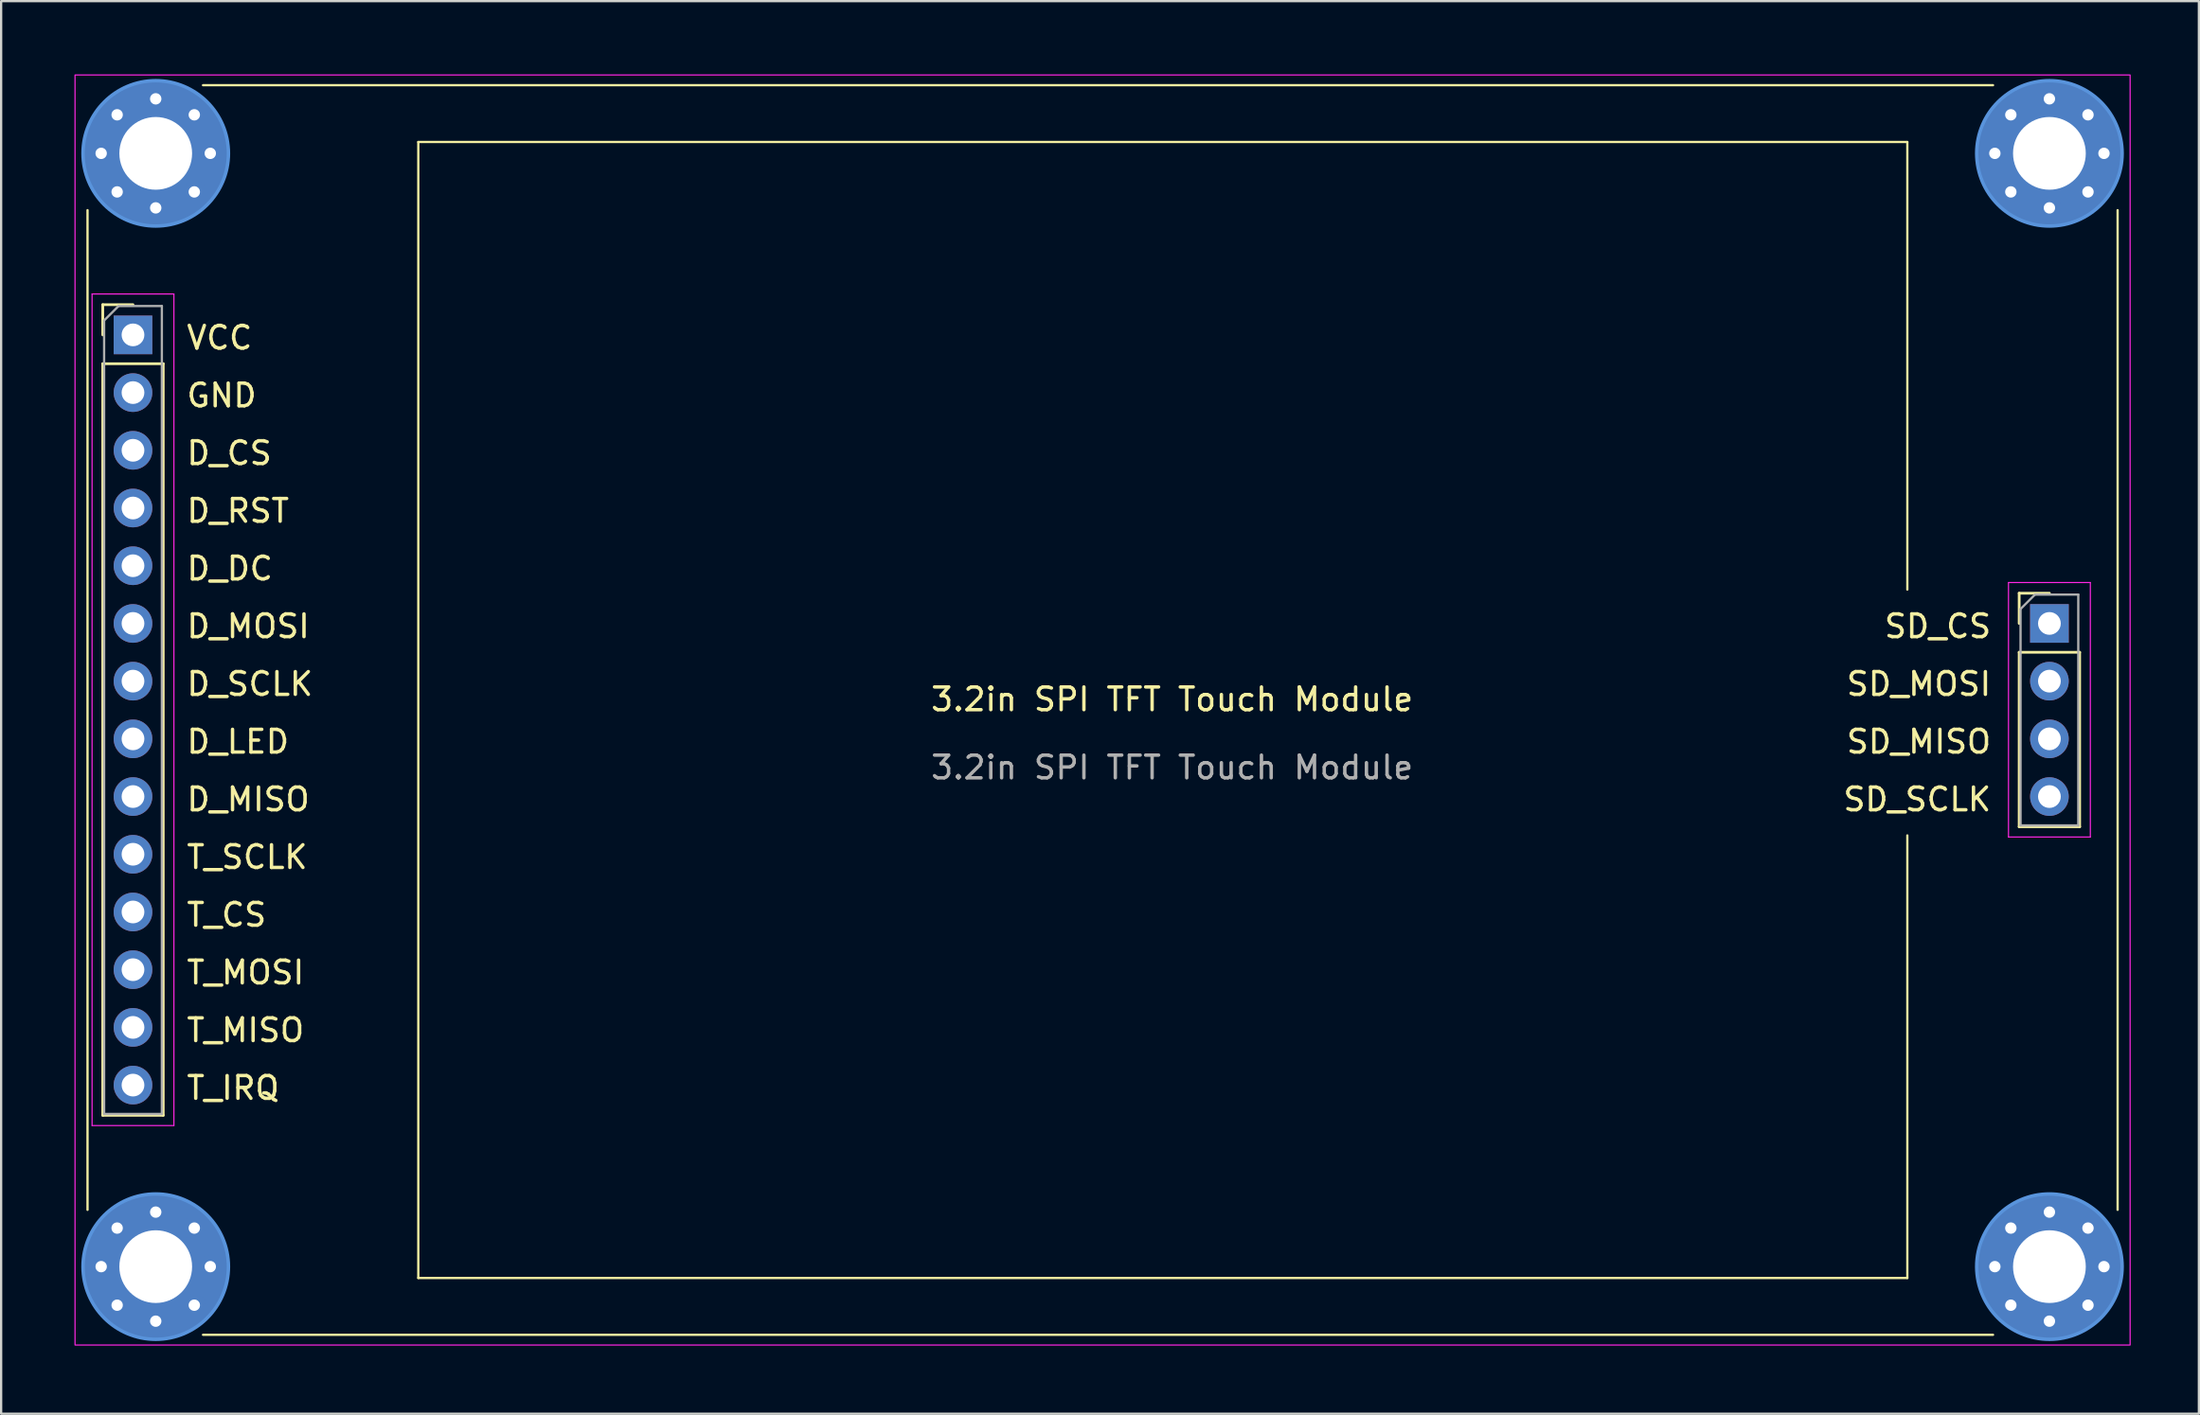
<source format=kicad_pcb>
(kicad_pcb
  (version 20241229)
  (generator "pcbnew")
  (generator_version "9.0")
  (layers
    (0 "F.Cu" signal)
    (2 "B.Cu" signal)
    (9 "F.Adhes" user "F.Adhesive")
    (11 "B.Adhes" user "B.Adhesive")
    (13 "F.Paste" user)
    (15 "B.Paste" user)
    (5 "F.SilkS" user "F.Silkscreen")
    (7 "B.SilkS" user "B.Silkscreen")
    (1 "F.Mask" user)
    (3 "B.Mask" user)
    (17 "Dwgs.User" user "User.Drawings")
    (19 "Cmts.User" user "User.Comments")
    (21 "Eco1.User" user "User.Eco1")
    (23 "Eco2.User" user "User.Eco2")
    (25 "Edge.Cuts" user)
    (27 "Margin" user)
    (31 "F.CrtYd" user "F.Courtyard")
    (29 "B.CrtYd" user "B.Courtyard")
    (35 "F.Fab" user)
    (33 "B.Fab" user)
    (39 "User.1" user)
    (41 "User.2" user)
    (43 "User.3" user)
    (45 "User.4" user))
  (footprint "3.2in SPI TFT Touch Module"
    (layer "F.Cu")
    (at 0.25 0.25)
    (property "Reference" "3.2in SPI TFT Touch Module" (at 48.26 27.48 0) (unlocked yes) (layer "F.SilkS") (effects (font (size 1 1) (thickness 0.15))))
    (attr through_hole)
    (fp_line (start 0.55 5.95) (end 0.55 49.95) (stroke (width 0.1) (type default)) (layer "F.SilkS"))
    (fp_line (start 1.22 10.11) (end 2.55 10.11) (stroke (width 0.12) (type solid)) (layer "F.SilkS"))
    (fp_line (start 1.22 11.44) (end 1.22 10.11) (stroke (width 0.12) (type solid)) (layer "F.SilkS"))
    (fp_line (start 1.22 12.71) (end 1.22 45.79) (stroke (width 0.12) (type solid)) (layer "F.SilkS"))
    (fp_line (start 1.22 12.71) (end 3.88 12.71) (stroke (width 0.12) (type solid)) (layer "F.SilkS"))
    (fp_line (start 1.22 45.79) (end 3.88 45.79) (stroke (width 0.12) (type solid)) (layer "F.SilkS"))
    (fp_line (start 3.88 12.71) (end 3.88 45.79) (stroke (width 0.12) (type solid)) (layer "F.SilkS"))
    (fp_line (start 5.63 0.45) (end 84.37 0.45) (stroke (width 0.1) (type default)) (layer "F.SilkS"))
    (fp_line (start 15.1 2.95) (end 15.1 52.95) (stroke (width 0.1) (type default)) (layer "F.SilkS"))
    (fp_line (start 15.1 52.95) (end 80.6 52.95) (stroke (width 0.1) (type default)) (layer "F.SilkS"))
    (fp_line (start 80.6 2.95) (end 15.1 2.95) (stroke (width 0.1) (type default)) (layer "F.SilkS"))
    (fp_line (start 80.6 2.95) (end 80.6 22.65) (stroke (width 0.1) (type default)) (layer "F.SilkS"))
    (fp_line (start 80.6 52.95) (end 80.6 33.47) (stroke (width 0.1) (type default)) (layer "F.SilkS"))
    (fp_line (start 84.37 55.45) (end 5.63 55.45) (stroke (width 0.1) (type default)) (layer "F.SilkS"))
    (fp_line (start 85.52 22.81) (end 86.85 22.81) (stroke (width 0.12) (type solid)) (layer "F.SilkS"))
    (fp_line (start 85.52 24.14) (end 85.52 22.81) (stroke (width 0.12) (type solid)) (layer "F.SilkS"))
    (fp_line (start 85.52 25.41) (end 85.52 33.09) (stroke (width 0.12) (type solid)) (layer "F.SilkS"))
    (fp_line (start 85.52 25.41) (end 88.18 25.41) (stroke (width 0.12) (type solid)) (layer "F.SilkS"))
    (fp_line (start 85.52 33.09) (end 88.18 33.09) (stroke (width 0.12) (type solid)) (layer "F.SilkS"))
    (fp_line (start 88.18 25.41) (end 88.18 33.09) (stroke (width 0.12) (type solid)) (layer "F.SilkS"))
    (fp_line (start 89.85 5.95) (end 89.85 49.95) (stroke (width 0.1) (type default)) (layer "F.SilkS"))
    (fp_circle (center 3.55 3.45) (end 6.75 3.45) (stroke (width 0.15) (type solid)) (fill no) (layer "Cmts.User"))
    (fp_circle (center 3.55 52.45) (end 6.75 52.45) (stroke (width 0.15) (type solid)) (fill no) (layer "Cmts.User"))
    (fp_circle (center 86.85 3.45) (end 90.05 3.45) (stroke (width 0.15) (type solid)) (fill no) (layer "Cmts.User"))
    (fp_circle (center 86.85 52.45) (end 90.05 52.45) (stroke (width 0.15) (type solid)) (fill no) (layer "Cmts.User"))
    (fp_line (start 0.75 9.64) (end 0.75 46.24) (stroke (width 0.05) (type solid)) (layer "F.CrtYd"))
    (fp_line (start 0.75 46.24) (end 4.35 46.24) (stroke (width 0.05) (type solid)) (layer "F.CrtYd"))
    (fp_line (start 4.35 9.64) (end 0.75 9.64) (stroke (width 0.05) (type solid)) (layer "F.CrtYd"))
    (fp_line (start 4.35 46.24) (end 4.35 9.64) (stroke (width 0.05) (type solid)) (layer "F.CrtYd"))
    (fp_line (start 85.05 22.34) (end 85.05 33.54) (stroke (width 0.05) (type solid)) (layer "F.CrtYd"))
    (fp_line (start 85.05 33.54) (end 88.65 33.54) (stroke (width 0.05) (type solid)) (layer "F.CrtYd"))
    (fp_line (start 88.65 22.34) (end 85.05 22.34) (stroke (width 0.05) (type solid)) (layer "F.CrtYd"))
    (fp_line (start 88.65 33.54) (end 88.65 22.34) (stroke (width 0.05) (type solid)) (layer "F.CrtYd"))
    (fp_rect (start 0 0) (end 90.4 55.9) (stroke (width 0.05) (type default)) (fill no) (layer "F.CrtYd"))
    (fp_line (start 1.28 10.805) (end 1.915 10.17) (stroke (width 0.1) (type solid)) (layer "F.Fab"))
    (fp_line (start 1.28 45.73) (end 1.28 10.805) (stroke (width 0.1) (type solid)) (layer "F.Fab"))
    (fp_line (start 1.915 10.17) (end 3.82 10.17) (stroke (width 0.1) (type solid)) (layer "F.Fab"))
    (fp_line (start 3.82 10.17) (end 3.82 45.73) (stroke (width 0.1) (type solid)) (layer "F.Fab"))
    (fp_line (start 3.82 45.73) (end 1.28 45.73) (stroke (width 0.1) (type solid)) (layer "F.Fab"))
    (fp_line (start 85.58 23.505) (end 86.215 22.87) (stroke (width 0.1) (type solid)) (layer "F.Fab"))
    (fp_line (start 85.58 33.03) (end 85.58 23.505) (stroke (width 0.1) (type solid)) (layer "F.Fab"))
    (fp_line (start 86.215 22.87) (end 88.12 22.87) (stroke (width 0.1) (type solid)) (layer "F.Fab"))
    (fp_line (start 88.12 22.87) (end 88.12 33.03) (stroke (width 0.1) (type solid)) (layer "F.Fab"))
    (fp_line (start 88.12 33.03) (end 85.58 33.03) (stroke (width 0.1) (type solid)) (layer "F.Fab"))
    (fp_text user "D_CS" (at 4.83 17.23 0) (unlocked yes) (layer "F.SilkS") (effects (font (size 1 1) (thickness 0.15)) (justify left bottom)))
    (fp_text user "SD_MISO" (at 84.37 29.93 0) (unlocked yes) (layer "F.SilkS") (effects (font (size 1 1) (thickness 0.15)) (justify right bottom)))
    (fp_text user "D_DC" (at 4.83 22.31 0) (unlocked yes) (layer "F.SilkS") (effects (font (size 1 1) (thickness 0.15)) (justify left bottom)))
    (fp_text user "T_MOSI" (at 4.83 40.09 0) (unlocked yes) (layer "F.SilkS") (effects (font (size 1 1) (thickness 0.15)) (justify left bottom)))
    (fp_text user "D_SCLK" (at 4.83 27.39 0) (unlocked yes) (layer "F.SilkS") (effects (font (size 1 1) (thickness 0.15)) (justify left bottom)))
    (fp_text user "D_RST" (at 4.83 19.77 0) (unlocked yes) (layer "F.SilkS") (effects (font (size 1 1) (thickness 0.15)) (justify left bottom)))
    (fp_text user "VCC" (at 4.83 12.15 0) (unlocked yes) (layer "F.SilkS") (effects (font (size 1 1) (thickness 0.15)) (justify left bottom)))
    (fp_text user "T_CS" (at 4.83 37.55 0) (unlocked yes) (layer "F.SilkS") (effects (font (size 1 1) (thickness 0.15)) (justify left bottom)))
    (fp_text user "D_MISO" (at 4.83 32.47 0) (unlocked yes) (layer "F.SilkS") (effects (font (size 1 1) (thickness 0.15)) (justify left bottom)))
    (fp_text user "SD_MOSI" (at 84.37 27.39 0) (unlocked yes) (layer "F.SilkS") (effects (font (size 1 1) (thickness 0.15)) (justify right bottom)))
    (fp_text user "T_MISO" (at 4.83 42.63 0) (unlocked yes) (layer "F.SilkS") (effects (font (size 1 1) (thickness 0.15)) (justify left bottom)))
    (fp_text user "SD_CS" (at 84.37 24.85 0) (unlocked yes) (layer "F.SilkS") (effects (font (size 1 1) (thickness 0.15)) (justify right bottom)))
    (fp_text user "GND" (at 4.83 14.69 0) (unlocked yes) (layer "F.SilkS") (effects (font (size 1 1) (thickness 0.15)) (justify left bottom)))
    (fp_text user "T_SCLK" (at 4.83 35.01 0) (unlocked yes) (layer "F.SilkS") (effects (font (size 1 1) (thickness 0.15)) (justify left bottom)))
    (fp_text user "D_MOSI" (at 4.83 24.85 0) (unlocked yes) (layer "F.SilkS") (effects (font (size 1 1) (thickness 0.15)) (justify left bottom)))
    (fp_text user "T_IRQ" (at 4.83 45.17 0) (unlocked yes) (layer "F.SilkS") (effects (font (size 1 1) (thickness 0.15)) (justify left bottom)))
    (fp_text user "SD_SCLK" (at 84.37 32.47 0) (unlocked yes) (layer "F.SilkS") (effects (font (size 1 1) (thickness 0.15)) (justify right bottom)))
    (fp_text user "D_LED" (at 4.83 29.93 0) (unlocked yes) (layer "F.SilkS") (effects (font (size 1 1) (thickness 0.15)) (justify left bottom)))
    (fp_text user "${REFERENCE}" (at 48.26 30.48 0) (unlocked yes) (layer "F.Fab") (effects (font (size 1 1) (thickness 0.15))))
    (pad "1" thru_hole rect (at 2.55 11.44) (size 1.7 1.7) (drill 1) (layers "*.Cu" "*.Mask"))
    (pad "2" thru_hole circle (at 1.15 3.45) (size 1 1) (drill 0.5) (layers "*.Cu" "*.Mask"))
    (pad "2" thru_hole circle (at 1.15 52.45) (size 1 1) (drill 0.5) (layers "*.Cu" "*.Mask"))
    (pad "2" thru_hole circle (at 1.853 1.753) (size 1 1) (drill 0.5) (layers "*.Cu" "*.Mask"))
    (pad "2" thru_hole circle (at 1.853 5.147) (size 1 1) (drill 0.5) (layers "*.Cu" "*.Mask"))
    (pad "2" thru_hole circle (at 1.853 50.753) (size 1 1) (drill 0.5) (layers "*.Cu" "*.Mask"))
    (pad "2" thru_hole circle (at 1.853 54.147) (size 1 1) (drill 0.5) (layers "*.Cu" "*.Mask"))
    (pad "2" thru_hole oval (at 2.55 13.98) (size 1.7 1.7) (drill 1) (layers "*.Cu" "*.Mask"))
    (pad "2" thru_hole circle (at 3.55 1.05) (size 1 1) (drill 0.5) (layers "*.Cu" "*.Mask"))
    (pad "2" thru_hole circle (at 3.55 3.45) (size 6.4 6.4) (drill 3.2) (layers "*.Cu" "*.Mask"))
    (pad "2" thru_hole circle (at 3.55 5.85) (size 1 1) (drill 0.5) (layers "*.Cu" "*.Mask"))
    (pad "2" thru_hole circle (at 3.55 50.05) (size 1 1) (drill 0.5) (layers "*.Cu" "*.Mask"))
    (pad "2" thru_hole circle (at 3.55 52.45) (size 6.4 6.4) (drill 3.2) (layers "*.Cu" "*.Mask"))
    (pad "2" thru_hole circle (at 3.55 54.85) (size 1 1) (drill 0.5) (layers "*.Cu" "*.Mask"))
    (pad "2" thru_hole circle (at 5.247 1.753) (size 1 1) (drill 0.5) (layers "*.Cu" "*.Mask"))
    (pad "2" thru_hole circle (at 5.247 5.147) (size 1 1) (drill 0.5) (layers "*.Cu" "*.Mask"))
    (pad "2" thru_hole circle (at 5.247 50.753) (size 1 1) (drill 0.5) (layers "*.Cu" "*.Mask"))
    (pad "2" thru_hole circle (at 5.247 54.147) (size 1 1) (drill 0.5) (layers "*.Cu" "*.Mask"))
    (pad "2" thru_hole circle (at 5.95 3.45) (size 1 1) (drill 0.5) (layers "*.Cu" "*.Mask"))
    (pad "2" thru_hole circle (at 5.95 52.45) (size 1 1) (drill 0.5) (layers "*.Cu" "*.Mask"))
    (pad "2" thru_hole circle (at 84.45 3.45) (size 1 1) (drill 0.5) (layers "*.Cu" "*.Mask"))
    (pad "2" thru_hole circle (at 84.45 52.45) (size 1 1) (drill 0.5) (layers "*.Cu" "*.Mask"))
    (pad "2" thru_hole circle (at 85.153 1.753) (size 1 1) (drill 0.5) (layers "*.Cu" "*.Mask"))
    (pad "2" thru_hole circle (at 85.153 5.147) (size 1 1) (drill 0.5) (layers "*.Cu" "*.Mask"))
    (pad "2" thru_hole circle (at 85.153 50.753) (size 1 1) (drill 0.5) (layers "*.Cu" "*.Mask"))
    (pad "2" thru_hole circle (at 85.153 54.147) (size 1 1) (drill 0.5) (layers "*.Cu" "*.Mask"))
    (pad "2" thru_hole circle (at 86.85 1.05) (size 1 1) (drill 0.5) (layers "*.Cu" "*.Mask"))
    (pad "2" thru_hole circle (at 86.85 3.45) (size 6.4 6.4) (drill 3.2) (layers "*.Cu" "*.Mask"))
    (pad "2" thru_hole circle (at 86.85 5.85) (size 1 1) (drill 0.5) (layers "*.Cu" "*.Mask"))
    (pad "2" thru_hole circle (at 86.85 50.05) (size 1 1) (drill 0.5) (layers "*.Cu" "*.Mask"))
    (pad "2" thru_hole circle (at 86.85 52.45) (size 6.4 6.4) (drill 3.2) (layers "*.Cu" "*.Mask"))
    (pad "2" thru_hole circle (at 86.85 54.85) (size 1 1) (drill 0.5) (layers "*.Cu" "*.Mask"))
    (pad "2" thru_hole circle (at 88.547 1.753) (size 1 1) (drill 0.5) (layers "*.Cu" "*.Mask"))
    (pad "2" thru_hole circle (at 88.547 5.147) (size 1 1) (drill 0.5) (layers "*.Cu" "*.Mask"))
    (pad "2" thru_hole circle (at 88.547 50.753) (size 1 1) (drill 0.5) (layers "*.Cu" "*.Mask"))
    (pad "2" thru_hole circle (at 88.547 54.147) (size 1 1) (drill 0.5) (layers "*.Cu" "*.Mask"))
    (pad "2" thru_hole circle (at 89.25 3.45) (size 1 1) (drill 0.5) (layers "*.Cu" "*.Mask"))
    (pad "2" thru_hole circle (at 89.25 52.45) (size 1 1) (drill 0.5) (layers "*.Cu" "*.Mask"))
    (pad "3" thru_hole oval (at 2.55 16.52) (size 1.7 1.7) (drill 1) (layers "*.Cu" "*.Mask"))
    (pad "4" thru_hole oval (at 2.55 19.06) (size 1.7 1.7) (drill 1) (layers "*.Cu" "*.Mask"))
    (pad "5" thru_hole oval (at 2.55 21.6) (size 1.7 1.7) (drill 1) (layers "*.Cu" "*.Mask"))
    (pad "6" thru_hole oval (at 2.55 24.14) (size 1.7 1.7) (drill 1) (layers "*.Cu" "*.Mask"))
    (pad "7" thru_hole oval (at 2.55 26.68) (size 1.7 1.7) (drill 1) (layers "*.Cu" "*.Mask"))
    (pad "8" thru_hole oval (at 2.55 29.22) (size 1.7 1.7) (drill 1) (layers "*.Cu" "*.Mask"))
    (pad "9" thru_hole oval (at 2.55 31.76) (size 1.7 1.7) (drill 1) (layers "*.Cu" "*.Mask"))
    (pad "10" thru_hole oval (at 2.55 34.3) (size 1.7 1.7) (drill 1) (layers "*.Cu" "*.Mask"))
    (pad "11" thru_hole oval (at 2.55 36.84) (size 1.7 1.7) (drill 1) (layers "*.Cu" "*.Mask"))
    (pad "12" thru_hole oval (at 2.55 39.38) (size 1.7 1.7) (drill 1) (layers "*.Cu" "*.Mask"))
    (pad "13" thru_hole oval (at 2.55 41.92) (size 1.7 1.7) (drill 1) (layers "*.Cu" "*.Mask"))
    (pad "14" thru_hole oval (at 2.55 44.46) (size 1.7 1.7) (drill 1) (layers "*.Cu" "*.Mask"))
    (pad "15" thru_hole rect (at 86.85 24.14) (size 1.7 1.7) (drill 1) (layers "*.Cu" "*.Mask"))
    (pad "16" thru_hole oval (at 86.85 26.68) (size 1.7 1.7) (drill 1) (layers "*.Cu" "*.Mask"))
    (pad "17" thru_hole oval (at 86.85 29.22) (size 1.7 1.7) (drill 1) (layers "*.Cu" "*.Mask"))
    (pad "18" thru_hole oval (at 86.85 31.76) (size 1.7 1.7) (drill 1) (layers "*.Cu" "*.Mask")))
  (gr_rect
    (start -3 -3)
    (end 93.675 59.175)
    (stroke (width 0.1) (type default))
    (fill no)
    (layer "Edge.Cuts")))
</source>
